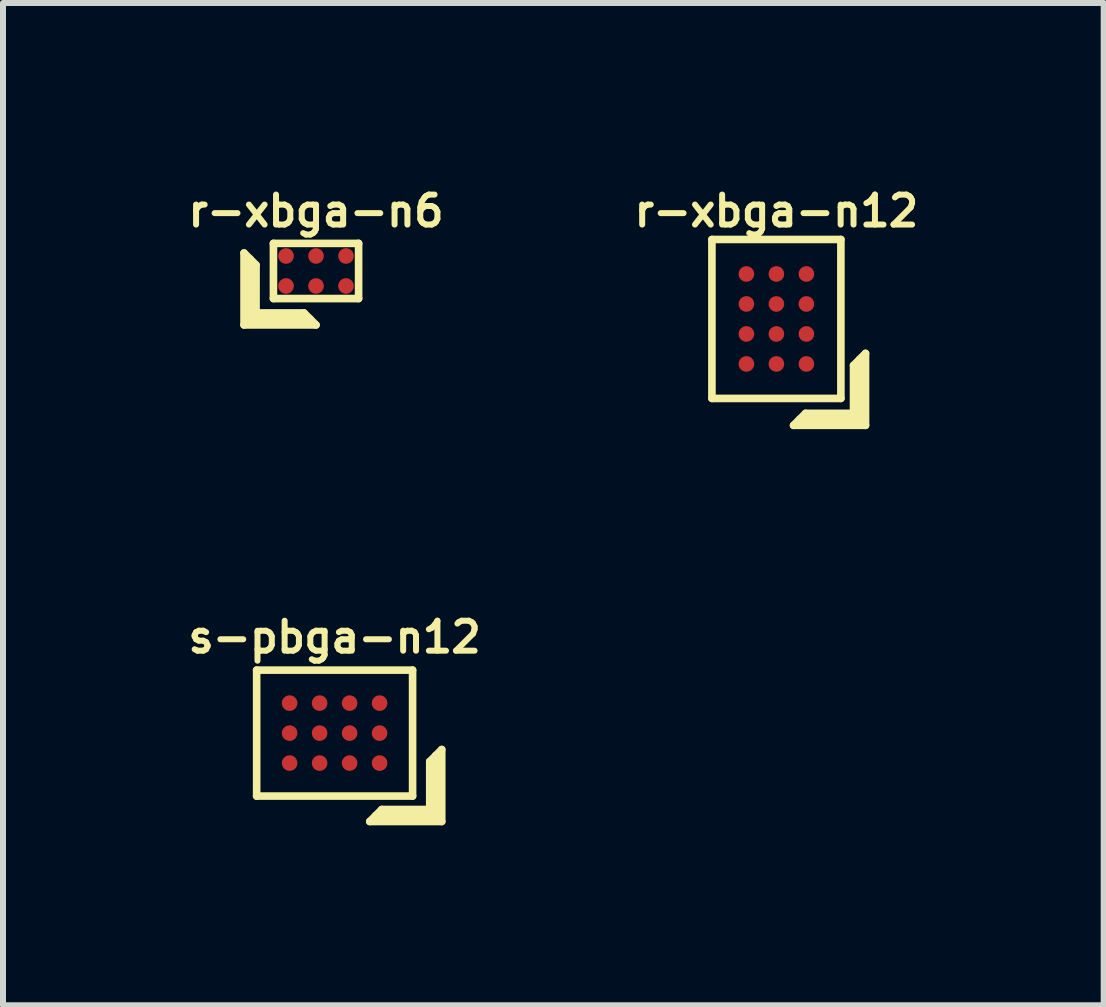
<source format=kicad_pcb>
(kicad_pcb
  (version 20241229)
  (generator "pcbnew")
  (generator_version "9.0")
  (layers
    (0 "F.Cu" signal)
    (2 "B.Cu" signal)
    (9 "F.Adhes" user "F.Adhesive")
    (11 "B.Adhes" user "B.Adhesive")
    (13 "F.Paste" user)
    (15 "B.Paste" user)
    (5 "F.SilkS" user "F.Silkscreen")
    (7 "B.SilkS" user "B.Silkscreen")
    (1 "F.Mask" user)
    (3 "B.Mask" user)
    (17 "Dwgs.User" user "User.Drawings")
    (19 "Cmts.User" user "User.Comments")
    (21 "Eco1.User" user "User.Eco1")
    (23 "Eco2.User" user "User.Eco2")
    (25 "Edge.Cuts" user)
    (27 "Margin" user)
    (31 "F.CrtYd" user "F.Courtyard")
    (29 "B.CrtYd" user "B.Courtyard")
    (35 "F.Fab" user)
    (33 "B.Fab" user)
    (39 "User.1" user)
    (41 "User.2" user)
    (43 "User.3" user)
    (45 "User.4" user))
  (footprint "s-pbga-n12"
    (layer "F.Cu")
    (at 2.529 9.173)
    (property "Reference" "s-pbga-n12" (at 0 -1.6 0) (layer "F.SilkS") (effects (font (size 0.5 0.5) (thickness 0.1))))
    (attr through_hole)
    (fp_line (start -1.3 -1.05) (end -1.3 1.05) (stroke (width 0.127) (type solid)) (layer "F.SilkS"))
    (fp_line (start -1.3 -1.05) (end 1.3 -1.05) (stroke (width 0.127) (type solid)) (layer "F.SilkS"))
    (fp_line (start -1.3 1.05) (end 1.3 1.05) (stroke (width 0.127) (type solid)) (layer "F.SilkS"))
    (fp_line (start 0.586 1.474) (end 0.786 1.274) (stroke (width 0.127) (type solid)) (layer "F.SilkS"))
    (fp_line (start 0.686 1.374) (end 1.686 1.374) (stroke (width 0.127) (type solid)) (layer "F.SilkS"))
    (fp_line (start 0.786 1.274) (end 1.586 1.274) (stroke (width 0.127) (type solid)) (layer "F.SilkS"))
    (fp_line (start 1.3 -1.05) (end 1.3 1.05) (stroke (width 0.127) (type solid)) (layer "F.SilkS"))
    (fp_line (start 1.586 0.474) (end 1.786 0.274) (stroke (width 0.127) (type solid)) (layer "F.SilkS"))
    (fp_line (start 1.586 1.274) (end 1.586 0.474) (stroke (width 0.127) (type solid)) (layer "F.SilkS"))
    (fp_line (start 1.686 1.374) (end 1.686 0.374) (stroke (width 0.127) (type solid)) (layer "F.SilkS"))
    (fp_line (start 1.786 0.274) (end 1.786 1.474) (stroke (width 0.127) (type solid)) (layer "F.SilkS"))
    (fp_line (start 1.786 1.474) (end 0.586 1.474) (stroke (width 0.127) (type solid)) (layer "F.SilkS"))
    (pad "A1" smd circle (at 0.75 0.5) (size 0.26 0.26) (layers "F.Cu" "F.Mask" "F.Paste"))
    (pad "A2" smd circle (at 0.25 0.5) (size 0.26 0.26) (layers "F.Cu" "F.Mask" "F.Paste"))
    (pad "A3" smd circle (at -0.25 0.5) (size 0.26 0.26) (layers "F.Cu" "F.Mask" "F.Paste"))
    (pad "A4" smd circle (at -0.75 0.5) (size 0.26 0.26) (layers "F.Cu" "F.Mask" "F.Paste"))
    (pad "B1" smd circle (at 0.75 0) (size 0.26 0.26) (layers "F.Cu" "F.Mask" "F.Paste"))
    (pad "B2" smd circle (at 0.25 0) (size 0.26 0.26) (layers "F.Cu" "F.Mask" "F.Paste"))
    (pad "B3" smd circle (at -0.25 0) (size 0.26 0.26) (layers "F.Cu" "F.Mask" "F.Paste"))
    (pad "B4" smd circle (at -0.75 0) (size 0.26 0.26) (layers "F.Cu" "F.Mask" "F.Paste"))
    (pad "C1" smd circle (at 0.75 -0.5) (size 0.26 0.26) (layers "F.Cu" "F.Mask" "F.Paste"))
    (pad "C2" smd circle (at 0.25 -0.5) (size 0.26 0.26) (layers "F.Cu" "F.Mask" "F.Paste"))
    (pad "C3" smd circle (at -0.25 -0.5) (size 0.26 0.26) (layers "F.Cu" "F.Mask" "F.Paste"))
    (pad "C4" smd circle (at -0.75 -0.5) (size 0.26 0.26) (layers "F.Cu" "F.Mask" "F.Paste")))
  (footprint "r-xbga-n6"
    (layer "F.Cu")
    (at 2.219 1.468)
    (property "Reference" "r-xbga-n6" (at 0 -1 0) (layer "F.SilkS") (effects (font (size 0.5 0.5) (thickness 0.1))))
    (attr through_hole)
    (fp_line (start -1.2 -0.3) (end -1 -0.1) (stroke (width 0.127) (type solid)) (layer "F.SilkS"))
    (fp_line (start -1.2 0.9) (end -1.2 -0.3) (stroke (width 0.127) (type solid)) (layer "F.SilkS"))
    (fp_line (start -1.1 -0.2) (end -1.1 0.8) (stroke (width 0.127) (type solid)) (layer "F.SilkS"))
    (fp_line (start -1.1 0.8) (end -0.1 0.8) (stroke (width 0.127) (type solid)) (layer "F.SilkS"))
    (fp_line (start -1 -0.1) (end -1 0.7) (stroke (width 0.127) (type solid)) (layer "F.SilkS"))
    (fp_line (start -1 0.7) (end -0.2 0.7) (stroke (width 0.127) (type solid)) (layer "F.SilkS"))
    (fp_line (start -0.71 -0.46) (end -0.71 0.46) (stroke (width 0.127) (type solid)) (layer "F.SilkS"))
    (fp_line (start -0.71 -0.46) (end 0.71 -0.46) (stroke (width 0.127) (type solid)) (layer "F.SilkS"))
    (fp_line (start -0.71 0.46) (end 0.71 0.46) (stroke (width 0.127) (type solid)) (layer "F.SilkS"))
    (fp_line (start -0.2 0.7) (end 0 0.9) (stroke (width 0.127) (type solid)) (layer "F.SilkS"))
    (fp_line (start 0 0.9) (end -1.2 0.9) (stroke (width 0.127) (type solid)) (layer "F.SilkS"))
    (fp_line (start 0.71 -0.46) (end 0.71 0.46) (stroke (width 0.127) (type solid)) (layer "F.SilkS"))
    (pad "A1" smd circle (at -0.5 0.25) (size 0.26 0.26) (layers "F.Cu" "F.Mask" "F.Paste"))
    (pad "A2" smd circle (at -0.5 -0.25) (size 0.26 0.26) (layers "F.Cu" "F.Mask" "F.Paste"))
    (pad "B1" smd circle (at 0 0.25) (size 0.26 0.26) (layers "F.Cu" "F.Mask" "F.Paste"))
    (pad "B2" smd circle (at 0 -0.25) (size 0.26 0.26) (layers "F.Cu" "F.Mask" "F.Paste"))
    (pad "C1" smd circle (at 0.5 0.25) (size 0.26 0.26) (layers "F.Cu" "F.Mask" "F.Paste"))
    (pad "C2" smd circle (at 0.5 -0.25) (size 0.26 0.26) (layers "F.Cu" "F.Mask" "F.Paste")))
  (footprint "r-xbga-n12"
    (layer "F.Cu")
    (at 9.895 2.268)
    (property "Reference" "r-xbga-n12" (at 0 -1.8 0) (layer "F.SilkS") (effects (font (size 0.5 0.5) (thickness 0.1))))
    (attr through_hole)
    (fp_line (start -1.075 -1.325) (end -1.075 1.325) (stroke (width 0.127) (type solid)) (layer "F.SilkS"))
    (fp_line (start -1.075 -1.325) (end 1.075 -1.325) (stroke (width 0.127) (type solid)) (layer "F.SilkS"))
    (fp_line (start -1.075 1.325) (end 1.075 1.325) (stroke (width 0.127) (type solid)) (layer "F.SilkS"))
    (fp_line (start 0.286 1.774) (end 0.486 1.574) (stroke (width 0.127) (type solid)) (layer "F.SilkS"))
    (fp_line (start 0.386 1.674) (end 1.386 1.674) (stroke (width 0.127) (type solid)) (layer "F.SilkS"))
    (fp_line (start 0.486 1.574) (end 1.286 1.574) (stroke (width 0.127) (type solid)) (layer "F.SilkS"))
    (fp_line (start 1.075 -1.325) (end 1.075 1.325) (stroke (width 0.127) (type solid)) (layer "F.SilkS"))
    (fp_line (start 1.286 0.774) (end 1.486 0.574) (stroke (width 0.127) (type solid)) (layer "F.SilkS"))
    (fp_line (start 1.286 1.574) (end 1.286 0.774) (stroke (width 0.127) (type solid)) (layer "F.SilkS"))
    (fp_line (start 1.386 1.674) (end 1.386 0.674) (stroke (width 0.127) (type solid)) (layer "F.SilkS"))
    (fp_line (start 1.486 0.574) (end 1.486 1.774) (stroke (width 0.127) (type solid)) (layer "F.SilkS"))
    (fp_line (start 1.486 1.774) (end 0.286 1.774) (stroke (width 0.127) (type solid)) (layer "F.SilkS"))
    (pad "A1" smd circle (at 0.5 0.75) (size 0.26 0.26) (layers "F.Cu" "F.Mask" "F.Paste"))
    (pad "A2" smd circle (at 0 0.75) (size 0.26 0.26) (layers "F.Cu" "F.Mask" "F.Paste"))
    (pad "A3" smd circle (at -0.5 0.75) (size 0.26 0.26) (layers "F.Cu" "F.Mask" "F.Paste"))
    (pad "B1" smd circle (at 0.5 0.25) (size 0.26 0.26) (layers "F.Cu" "F.Mask" "F.Paste"))
    (pad "B2" smd circle (at 0 0.25) (size 0.26 0.26) (layers "F.Cu" "F.Mask" "F.Paste"))
    (pad "B3" smd circle (at -0.5 0.25) (size 0.26 0.26) (layers "F.Cu" "F.Mask" "F.Paste"))
    (pad "C1" smd circle (at 0.5 -0.25) (size 0.26 0.26) (layers "F.Cu" "F.Mask" "F.Paste"))
    (pad "C2" smd circle (at 0 -0.25) (size 0.26 0.26) (layers "F.Cu" "F.Mask" "F.Paste"))
    (pad "C3" smd circle (at -0.5 -0.25) (size 0.26 0.26) (layers "F.Cu" "F.Mask" "F.Paste"))
    (pad "D1" smd circle (at 0.5 -0.75) (size 0.26 0.26) (layers "F.Cu" "F.Mask" "F.Paste"))
    (pad "D2" smd circle (at 0 -0.75) (size 0.26 0.26) (layers "F.Cu" "F.Mask" "F.Paste"))
    (pad "D3" smd circle (at -0.5 -0.75) (size 0.26 0.26) (layers "F.Cu" "F.Mask" "F.Paste")))
  (gr_rect
    (start -3 -3)
    (end 15.352 13.711)
    (stroke (width 0.1) (type default))
    (fill no)
    (layer "Edge.Cuts")))
</source>
